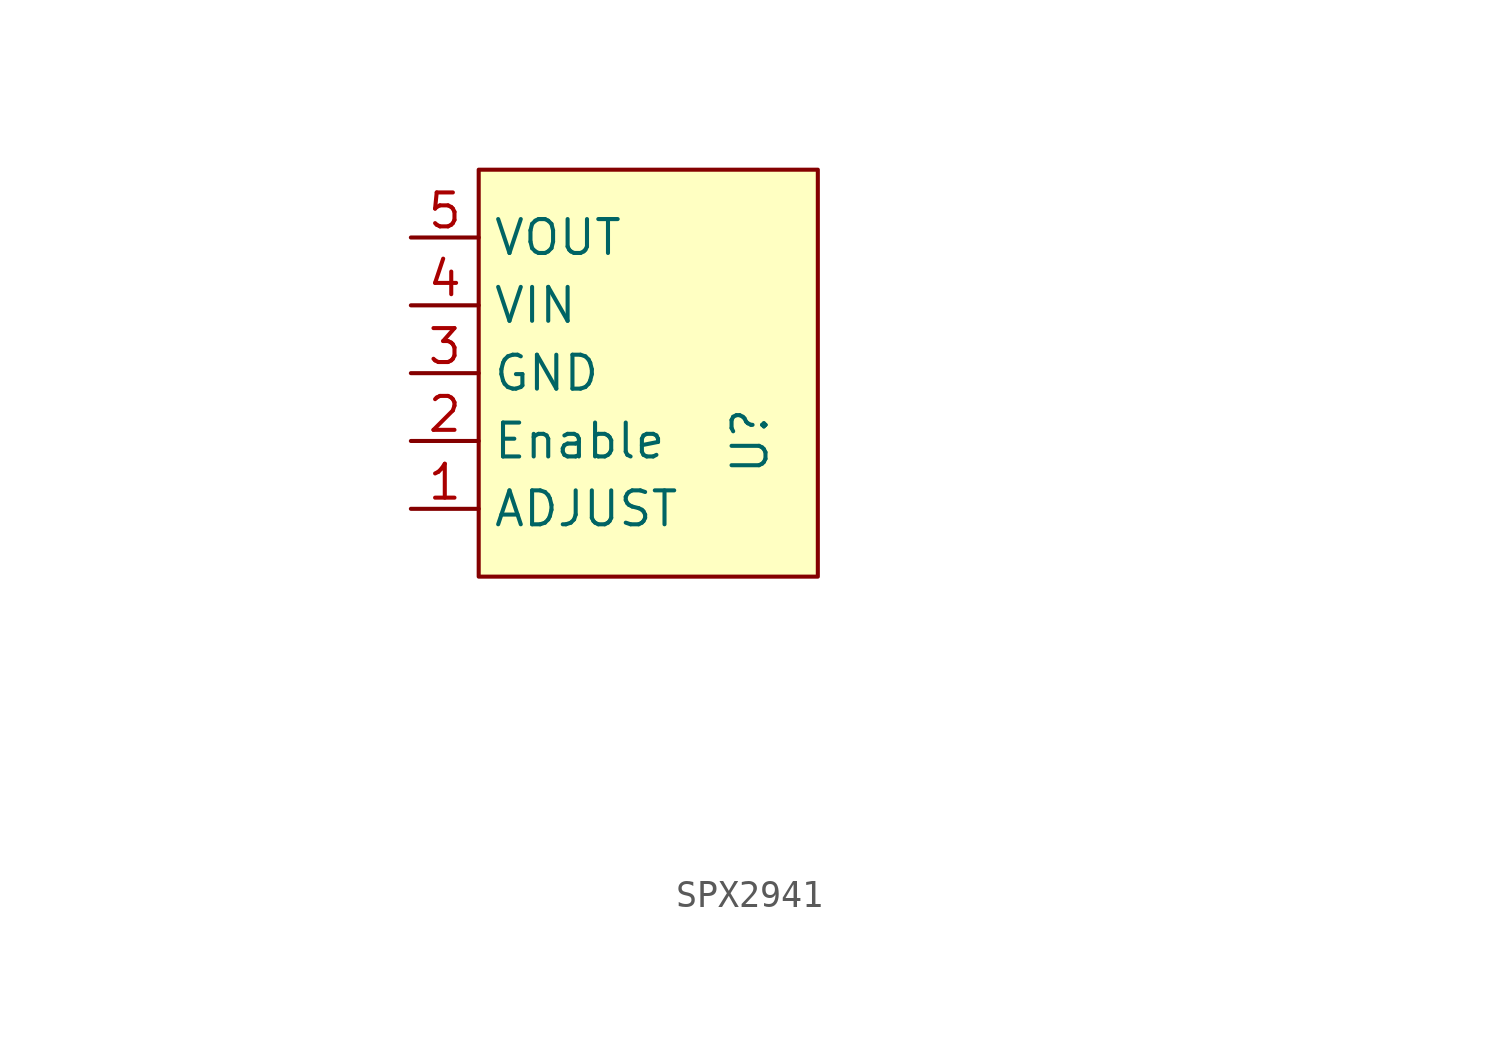
<source format=kicad_sym>
(kicad_symbol_lib
  (version 20220914)
  (generator kicad_symbol_editor)
  (symbol "SPX2941"
    (property "Reference" "U"
      (at 7.62 -2.54 90)
      (effects (font (size 1.27 1.27))))
    (property "Value" ""
      (at -5.08 5.08 0)
      (effects (font (size 1.27 1.27))))
    (symbol "SPX2941_0_0"
      (pin input line (at -5.08 -5.08 0) (length 2.54) (name "ADJUST" (effects (font (size 1.27 1.27)))) (number "1" (effects (font (size 1.27 1.27)))))
      (pin input line (at -5.08 -2.54 0) (length 2.54) (name "Enable" (effects (font (size 1.27 1.27)))) (number "2" (effects (font (size 1.27 1.27)))))
      (pin power_in line (at -5.08 0 0) (length 2.54) (name "GND" (effects (font (size 1.27 1.27)))) (number "3" (effects (font (size 1.27 1.27)))))
      (pin power_in line (at -5.08 2.54 0) (length 2.54) (name "VIN" (effects (font (size 1.27 1.27)))) (number "4" (effects (font (size 1.27 1.27)))))
      (pin power_out line (at -5.08 5.08 0) (length 2.54) (name "VOUT" (effects (font (size 1.27 1.27)))) (number "5" (effects (font (size 1.27 1.27))))))
    (symbol "SPX2941_1_1"
      (rectangle (start -2.54 7.62) (end 10.16 -7.62) (stroke (width 0) (type default)) (fill (type background)))
      (text private "Note: Tab is internally connected to GND" (at 7.62 -15.24 0) (effects (font (size 1.27 1.27)))))))
</source>
